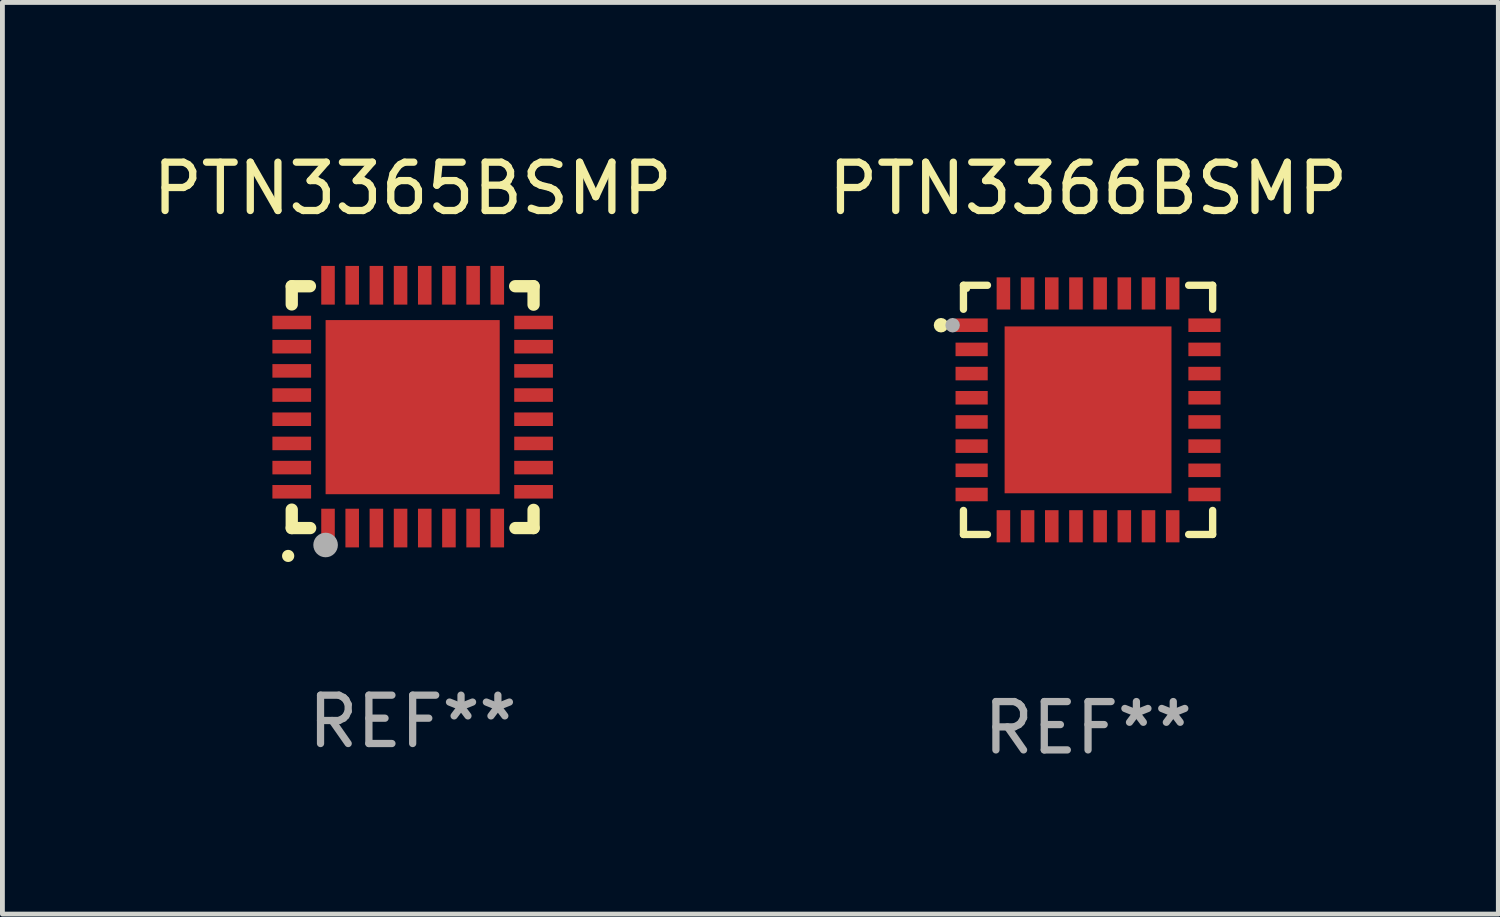
<source format=kicad_pcb>
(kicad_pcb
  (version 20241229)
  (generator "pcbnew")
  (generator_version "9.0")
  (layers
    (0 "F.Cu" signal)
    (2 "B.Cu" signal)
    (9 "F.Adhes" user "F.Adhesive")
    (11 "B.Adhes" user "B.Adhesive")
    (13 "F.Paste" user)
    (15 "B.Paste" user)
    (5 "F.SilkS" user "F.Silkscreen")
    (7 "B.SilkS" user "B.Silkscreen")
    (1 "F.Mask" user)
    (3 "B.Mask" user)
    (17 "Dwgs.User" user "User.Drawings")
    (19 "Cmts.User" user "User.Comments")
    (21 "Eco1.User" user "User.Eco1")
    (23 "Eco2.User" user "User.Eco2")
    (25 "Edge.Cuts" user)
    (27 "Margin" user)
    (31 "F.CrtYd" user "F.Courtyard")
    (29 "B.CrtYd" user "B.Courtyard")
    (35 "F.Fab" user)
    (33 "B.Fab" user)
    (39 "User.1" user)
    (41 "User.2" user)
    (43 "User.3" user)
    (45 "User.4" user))
  (footprint "PTN3365BSMP"
    (layer "F.Cu")
    (at 5.482 5.358)
    (property "Reference" "PTN3365BSMP" (at 0 -4.51 0) (layer "F.SilkS") (effects (font (size 1 1) (thickness 0.15))))
    (attr through_hole)
    (fp_line (start -2.5 -2.49) (end -2.124 -2.49) (stroke (width 0.254) (type solid)) (layer "F.SilkS"))
    (fp_line (start -2.5 -2.114) (end -2.5 -2.49) (stroke (width 0.254) (type solid)) (layer "F.SilkS"))
    (fp_line (start -2.5 2.51) (end -2.5 2.129) (stroke (width 0.254) (type solid)) (layer "F.SilkS"))
    (fp_line (start -2.5 2.51) (end -2.119 2.51) (stroke (width 0.254) (type solid)) (layer "F.SilkS"))
    (fp_line (start 2.119 -2.49) (end 2.5 -2.49) (stroke (width 0.254) (type solid)) (layer "F.SilkS"))
    (fp_line (start 2.124 2.51) (end 2.5 2.51) (stroke (width 0.254) (type solid)) (layer "F.SilkS"))
    (fp_line (start 2.5 -2.49) (end 2.5 -2.109) (stroke (width 0.254) (type solid)) (layer "F.SilkS"))
    (fp_line (start 2.5 2.134) (end 2.5 2.51) (stroke (width 0.254) (type solid)) (layer "F.SilkS"))
    (fp_arc (start -2.57554 3.086005) (mid -2.57427 3.085999) (end -2.573 3.086005) (stroke (width 0.25) (type solid)) (layer "F.SilkS"))
    (fp_circle (center -2.5 2.5) (end -2.45 2.5) (stroke (width 0.1) (type solid)) (fill no) (layer "F.SilkS"))
    (fp_circle (center -1.8 2.86) (end -1.673 2.86) (stroke (width 0.254) (type solid)) (fill no) (layer "F.Fab"))
    (fp_text user "REF**" (at 0 6.51 0) (layer "F.Fab") (effects (font (size 1 1) (thickness 0.15))))
    (pad "1" smd rect (at -1.75 2.51) (size 0.28 0.8) (layers "F.Cu" "F.Mask" "F.Paste"))
    (pad "2" smd rect (at -1.25 2.51) (size 0.28 0.8) (layers "F.Cu" "F.Mask" "F.Paste"))
    (pad "3" smd rect (at -0.75 2.51) (size 0.28 0.8) (layers "F.Cu" "F.Mask" "F.Paste"))
    (pad "4" smd rect (at -0.25 2.51) (size 0.28 0.8) (layers "F.Cu" "F.Mask" "F.Paste"))
    (pad "5" smd rect (at 0.25 2.51) (size 0.28 0.8) (layers "F.Cu" "F.Mask" "F.Paste"))
    (pad "6" smd rect (at 0.75 2.51) (size 0.28 0.8) (layers "F.Cu" "F.Mask" "F.Paste"))
    (pad "7" smd rect (at 1.25 2.51) (size 0.28 0.8) (layers "F.Cu" "F.Mask" "F.Paste"))
    (pad "8" smd rect (at 1.75 2.51) (size 0.28 0.8) (layers "F.Cu" "F.Mask" "F.Paste"))
    (pad "9" smd rect (at 2.5 1.76) (size 0.8 0.28) (layers "F.Cu" "F.Mask" "F.Paste"))
    (pad "10" smd rect (at 2.5 1.26) (size 0.8 0.28) (layers "F.Cu" "F.Mask" "F.Paste"))
    (pad "11" smd rect (at 2.5 0.76) (size 0.8 0.28) (layers "F.Cu" "F.Mask" "F.Paste"))
    (pad "12" smd rect (at 2.5 0.26) (size 0.8 0.28) (layers "F.Cu" "F.Mask" "F.Paste"))
    (pad "13" smd rect (at 2.5 -0.24) (size 0.8 0.28) (layers "F.Cu" "F.Mask" "F.Paste"))
    (pad "14" smd rect (at 2.5 -0.74) (size 0.8 0.28) (layers "F.Cu" "F.Mask" "F.Paste"))
    (pad "15" smd rect (at 2.5 -1.24) (size 0.8 0.28) (layers "F.Cu" "F.Mask" "F.Paste"))
    (pad "16" smd rect (at 2.5 -1.74) (size 0.8 0.28) (layers "F.Cu" "F.Mask" "F.Paste"))
    (pad "17" smd rect (at 1.75 -2.51) (size 0.28 0.8) (layers "F.Cu" "F.Mask" "F.Paste"))
    (pad "18" smd rect (at 1.25 -2.51) (size 0.28 0.8) (layers "F.Cu" "F.Mask" "F.Paste"))
    (pad "19" smd rect (at 0.75 -2.51) (size 0.28 0.8) (layers "F.Cu" "F.Mask" "F.Paste"))
    (pad "20" smd rect (at 0.25 -2.51) (size 0.28 0.8) (layers "F.Cu" "F.Mask" "F.Paste"))
    (pad "21" smd rect (at -0.25 -2.51) (size 0.28 0.8) (layers "F.Cu" "F.Mask" "F.Paste"))
    (pad "22" smd rect (at -0.75 -2.51) (size 0.28 0.8) (layers "F.Cu" "F.Mask" "F.Paste"))
    (pad "23" smd rect (at -1.25 -2.51) (size 0.28 0.8) (layers "F.Cu" "F.Mask" "F.Paste"))
    (pad "24" smd rect (at -1.75 -2.51) (size 0.28 0.8) (layers "F.Cu" "F.Mask" "F.Paste"))
    (pad "25" smd rect (at -2.5 -1.74) (size 0.8 0.28) (layers "F.Cu" "F.Mask" "F.Paste"))
    (pad "26" smd rect (at -2.5 -1.24) (size 0.8 0.28) (layers "F.Cu" "F.Mask" "F.Paste"))
    (pad "27" smd rect (at -2.5 -0.74) (size 0.8 0.28) (layers "F.Cu" "F.Mask" "F.Paste"))
    (pad "28" smd rect (at -2.5 -0.24) (size 0.8 0.28) (layers "F.Cu" "F.Mask" "F.Paste"))
    (pad "29" smd rect (at -2.5 0.26) (size 0.8 0.28) (layers "F.Cu" "F.Mask" "F.Paste"))
    (pad "30" smd rect (at -2.5 0.76) (size 0.8 0.28) (layers "F.Cu" "F.Mask" "F.Paste"))
    (pad "31" smd rect (at -2.5 1.26) (size 0.8 0.28) (layers "F.Cu" "F.Mask" "F.Paste"))
    (pad "32" smd rect (at -2.5 1.76) (size 0.8 0.28) (layers "F.Cu" "F.Mask" "F.Paste"))
    (pad "33" smd rect (at 0.000102 0.01) (size 3.6 3.6) (layers "F.Cu" "F.Mask" "F.Paste")))
  (footprint "PTN3366BSMP"
    (layer "F.Cu")
    (at 19.446 5.424)
    (property "Reference" "PTN3366BSMP" (at 0 -4.576 0) (layer "F.SilkS") (effects (font (size 1 1) (thickness 0.15))))
    (attr through_hole)
    (fp_line (start -2.576 -2.576) (end -2.576 -2.08) (stroke (width 0.152) (type solid)) (layer "F.SilkS"))
    (fp_line (start -2.576 2.576) (end -2.576 2.08) (stroke (width 0.152) (type solid)) (layer "F.SilkS"))
    (fp_line (start -2.08 -2.576) (end -2.576 -2.576) (stroke (width 0.152) (type solid)) (layer "F.SilkS"))
    (fp_line (start -2.08 2.576) (end -2.576 2.576) (stroke (width 0.152) (type solid)) (layer "F.SilkS"))
    (fp_line (start 2.08 -2.576) (end 2.576 -2.576) (stroke (width 0.152) (type solid)) (layer "F.SilkS"))
    (fp_line (start 2.08 2.576) (end 2.576 2.576) (stroke (width 0.152) (type solid)) (layer "F.SilkS"))
    (fp_line (start 2.576 -2.576) (end 2.576 -2.08) (stroke (width 0.152) (type solid)) (layer "F.SilkS"))
    (fp_line (start 2.576 2.576) (end 2.576 2.08) (stroke (width 0.152) (type solid)) (layer "F.SilkS"))
    (fp_circle (center -3.04 -1.75) (end -2.965 -1.75) (stroke (width 0.15) (type solid)) (fill no) (layer "F.SilkS"))
    (fp_circle (center -2.5 -2.5) (end -2.47 -2.5) (stroke (width 0.06) (type solid)) (fill no) (layer "F.SilkS"))
    (fp_circle (center -2.8 -1.75) (end -2.725 -1.75) (stroke (width 0.15) (type solid)) (fill no) (layer "F.Fab"))
    (fp_text user "REF**" (at 0 6.576 0) (layer "F.Fab") (effects (font (size 1 1) (thickness 0.15))))
    (pad "1" smd rect (at -2.407 -1.75) (size 0.665 0.28) (layers "F.Cu" "F.Mask" "F.Paste"))
    (pad "2" smd rect (at -2.407 -1.25) (size 0.665 0.28) (layers "F.Cu" "F.Mask" "F.Paste"))
    (pad "3" smd rect (at -2.407 -0.75) (size 0.665 0.28) (layers "F.Cu" "F.Mask" "F.Paste"))
    (pad "4" smd rect (at -2.407 -0.25) (size 0.665 0.28) (layers "F.Cu" "F.Mask" "F.Paste"))
    (pad "5" smd rect (at -2.407 0.25) (size 0.665 0.28) (layers "F.Cu" "F.Mask" "F.Paste"))
    (pad "6" smd rect (at -2.407 0.75) (size 0.665 0.28) (layers "F.Cu" "F.Mask" "F.Paste"))
    (pad "7" smd rect (at -2.407 1.25) (size 0.665 0.28) (layers "F.Cu" "F.Mask" "F.Paste"))
    (pad "8" smd rect (at -2.407 1.75) (size 0.665 0.28) (layers "F.Cu" "F.Mask" "F.Paste"))
    (pad "9" smd rect (at -1.75 2.407) (size 0.28 0.665) (layers "F.Cu" "F.Mask" "F.Paste"))
    (pad "10" smd rect (at -1.25 2.407) (size 0.28 0.665) (layers "F.Cu" "F.Mask" "F.Paste"))
    (pad "11" smd rect (at -0.75 2.407) (size 0.28 0.665) (layers "F.Cu" "F.Mask" "F.Paste"))
    (pad "12" smd rect (at -0.25 2.407) (size 0.28 0.665) (layers "F.Cu" "F.Mask" "F.Paste"))
    (pad "13" smd rect (at 0.25 2.407) (size 0.28 0.665) (layers "F.Cu" "F.Mask" "F.Paste"))
    (pad "14" smd rect (at 0.75 2.407) (size 0.28 0.665) (layers "F.Cu" "F.Mask" "F.Paste"))
    (pad "15" smd rect (at 1.25 2.407) (size 0.28 0.665) (layers "F.Cu" "F.Mask" "F.Paste"))
    (pad "16" smd rect (at 1.75 2.407) (size 0.28 0.665) (layers "F.Cu" "F.Mask" "F.Paste"))
    (pad "17" smd rect (at 2.407 1.75) (size 0.665 0.28) (layers "F.Cu" "F.Mask" "F.Paste"))
    (pad "18" smd rect (at 2.407 1.25) (size 0.665 0.28) (layers "F.Cu" "F.Mask" "F.Paste"))
    (pad "19" smd rect (at 2.407 0.75) (size 0.665 0.28) (layers "F.Cu" "F.Mask" "F.Paste"))
    (pad "20" smd rect (at 2.407 0.25) (size 0.665 0.28) (layers "F.Cu" "F.Mask" "F.Paste"))
    (pad "21" smd rect (at 2.407 -0.25) (size 0.665 0.28) (layers "F.Cu" "F.Mask" "F.Paste"))
    (pad "22" smd rect (at 2.407 -0.75) (size 0.665 0.28) (layers "F.Cu" "F.Mask" "F.Paste"))
    (pad "23" smd rect (at 2.407 -1.25) (size 0.665 0.28) (layers "F.Cu" "F.Mask" "F.Paste"))
    (pad "24" smd rect (at 2.407 -1.75) (size 0.665 0.28) (layers "F.Cu" "F.Mask" "F.Paste"))
    (pad "25" smd rect (at 1.75 -2.407) (size 0.28 0.665) (layers "F.Cu" "F.Mask" "F.Paste"))
    (pad "26" smd rect (at 1.25 -2.407) (size 0.28 0.665) (layers "F.Cu" "F.Mask" "F.Paste"))
    (pad "27" smd rect (at 0.75 -2.407) (size 0.28 0.665) (layers "F.Cu" "F.Mask" "F.Paste"))
    (pad "28" smd rect (at 0.25 -2.407) (size 0.28 0.665) (layers "F.Cu" "F.Mask" "F.Paste"))
    (pad "29" smd rect (at -0.25 -2.407) (size 0.28 0.665) (layers "F.Cu" "F.Mask" "F.Paste"))
    (pad "30" smd rect (at -0.75 -2.407) (size 0.28 0.665) (layers "F.Cu" "F.Mask" "F.Paste"))
    (pad "31" smd rect (at -1.25 -2.407) (size 0.28 0.665) (layers "F.Cu" "F.Mask" "F.Paste"))
    (pad "32" smd rect (at -1.75 -2.407) (size 0.28 0.665) (layers "F.Cu" "F.Mask" "F.Paste"))
    (pad "33" smd rect (at 0 0) (size 3.45 3.45) (layers "F.Cu" "F.Mask" "F.Paste")))
  (gr_rect
    (start -3 -3)
    (end 27.929 15.849)
    (stroke (width 0.1) (type default))
    (fill no)
    (layer "Edge.Cuts")))
</source>
